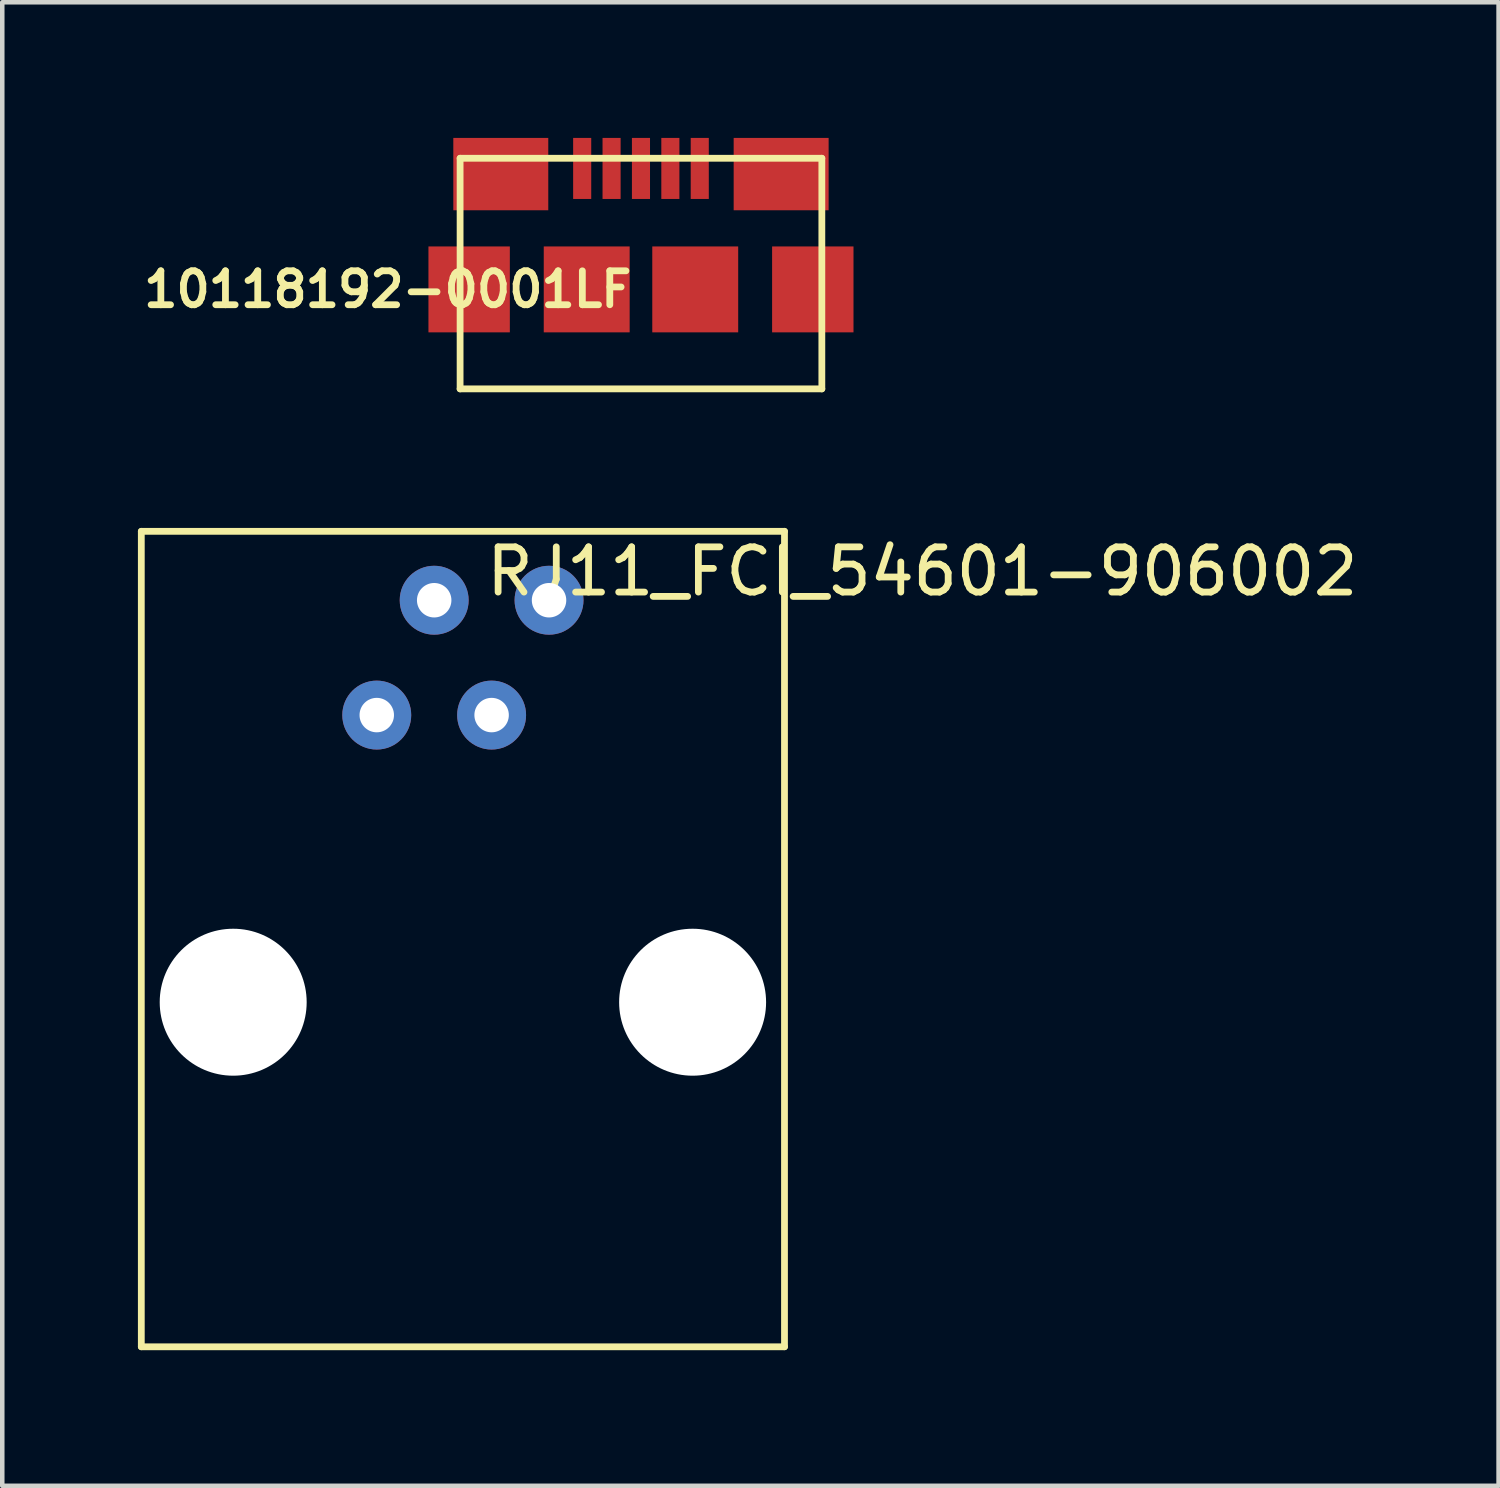
<source format=kicad_pcb>
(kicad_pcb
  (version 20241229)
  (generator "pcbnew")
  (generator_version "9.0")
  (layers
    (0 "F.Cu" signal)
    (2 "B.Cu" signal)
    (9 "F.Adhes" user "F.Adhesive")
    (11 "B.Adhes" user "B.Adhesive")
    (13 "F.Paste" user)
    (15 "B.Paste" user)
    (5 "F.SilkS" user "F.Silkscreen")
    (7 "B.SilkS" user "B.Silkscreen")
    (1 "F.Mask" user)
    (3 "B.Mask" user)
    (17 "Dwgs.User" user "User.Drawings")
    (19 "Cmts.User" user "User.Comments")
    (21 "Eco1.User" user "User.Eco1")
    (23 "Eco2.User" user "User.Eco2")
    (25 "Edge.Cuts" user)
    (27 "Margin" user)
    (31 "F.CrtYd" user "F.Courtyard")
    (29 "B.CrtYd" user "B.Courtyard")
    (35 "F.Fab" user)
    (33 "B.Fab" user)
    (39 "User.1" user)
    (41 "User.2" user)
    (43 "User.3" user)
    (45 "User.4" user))
  (footprint "RJ11_FCI_54601-906002"
    (layer "F.Cu")
    (at 7.187 11.494)
    (property "Reference" "RJ11_FCI_54601-906002" (at 10.16 -1.905 0) (layer "F.SilkS") (effects (font (size 1 1) (thickness 0.15))))
    (attr through_hole)
    (fp_line (start -7.112 -2.794) (end 7.112 -2.794) (stroke (width 0.15) (type solid)) (layer "F.SilkS"))
    (fp_line (start -7.112 15.24) (end -7.112 -2.794) (stroke (width 0.15) (type solid)) (layer "F.SilkS"))
    (fp_line (start -7.112 15.24) (end 7.112 15.24) (stroke (width 0.15) (type solid)) (layer "F.SilkS"))
    (fp_line (start 7.112 -2.794) (end 7.112 15.24) (stroke (width 0.15) (type solid)) (layer "F.SilkS"))
    (pad "" np_thru_hole circle (at -5.08 7.62) (size 3.25 3.25) (drill 3.25) (layers "*.Cu" "*.Mask"))
    (pad "" np_thru_hole circle (at 5.08 7.62) (size 3.25 3.25) (drill 3.25) (layers "*.Cu" "*.Mask"))
    (pad "2" thru_hole circle (at -1.905 1.27) (size 1.524 1.524) (drill 0.762) (layers "*.Cu" "*.Mask"))
    (pad "3" thru_hole circle (at -0.635 -1.27) (size 1.524 1.524) (drill 0.762) (layers "*.Cu" "*.Mask"))
    (pad "4" thru_hole circle (at 0.635 1.27) (size 1.524 1.524) (drill 0.762) (layers "*.Cu" "*.Mask"))
    (pad "5" thru_hole circle (at 1.905 -1.27) (size 1.524 1.524) (drill 0.762) (layers "*.Cu" "*.Mask")))
  (footprint "10118192-0001LF"
    (layer "F.Cu")
    (at 11.125 3.35)
    (property "Reference" "10118192-0001LF" (at -5.6 0 0) (layer "F.SilkS") (effects (font (size 0.75 0.75) (thickness 0.15))))
    (attr through_hole)
    (fp_line (start -4 -2.9) (end -4 2.2) (stroke (width 0.15) (type solid)) (layer "F.SilkS"))
    (fp_line (start -4 2.2) (end 4 2.2) (stroke (width 0.15) (type solid)) (layer "F.SilkS"))
    (fp_line (start 4 -2.9) (end -4 -2.9) (stroke (width 0.15) (type solid)) (layer "F.SilkS"))
    (fp_line (start 4 -2.9) (end 4 2.2) (stroke (width 0.15) (type solid)) (layer "F.SilkS"))
    (pad "1" smd rect (at -1.3 -2.675) (size 0.4 1.35) (layers "F.Cu" "F.Mask" "F.Paste"))
    (pad "2" smd rect (at -0.65 -2.675) (size 0.4 1.35) (layers "F.Cu" "F.Mask" "F.Paste"))
    (pad "3" smd rect (at 0 -2.675) (size 0.4 1.35) (layers "F.Cu" "F.Mask" "F.Paste"))
    (pad "4" smd rect (at 0.65 -2.675) (size 0.4 1.35) (layers "F.Cu" "F.Mask" "F.Paste"))
    (pad "5" smd rect (at 1.3 -2.675) (size 0.4 1.35) (layers "F.Cu" "F.Mask" "F.Paste"))
    (pad "6" smd rect (at -3.8 0) (size 1.8 1.9) (layers "F.Cu" "F.Mask" "F.Paste"))
    (pad "6" smd rect (at -3.1 -2.55) (size 2.1 1.6) (layers "F.Cu" "F.Mask" "F.Paste"))
    (pad "6" smd rect (at -1.2 0) (size 1.9 1.9) (layers "F.Cu" "F.Mask" "F.Paste"))
    (pad "6" smd rect (at 1.2 0) (size 1.9 1.9) (layers "F.Cu" "F.Mask" "F.Paste"))
    (pad "6" smd rect (at 3.1 -2.55) (size 2.1 1.6) (layers "F.Cu" "F.Mask" "F.Paste"))
    (pad "6" smd rect (at 3.8 0) (size 1.8 1.9) (layers "F.Cu" "F.Mask" "F.Paste")))
  (gr_rect
    (start -3 -3)
    (end 30.091 29.809)
    (stroke (width 0.1) (type default))
    (fill no)
    (layer "Edge.Cuts")))
</source>
